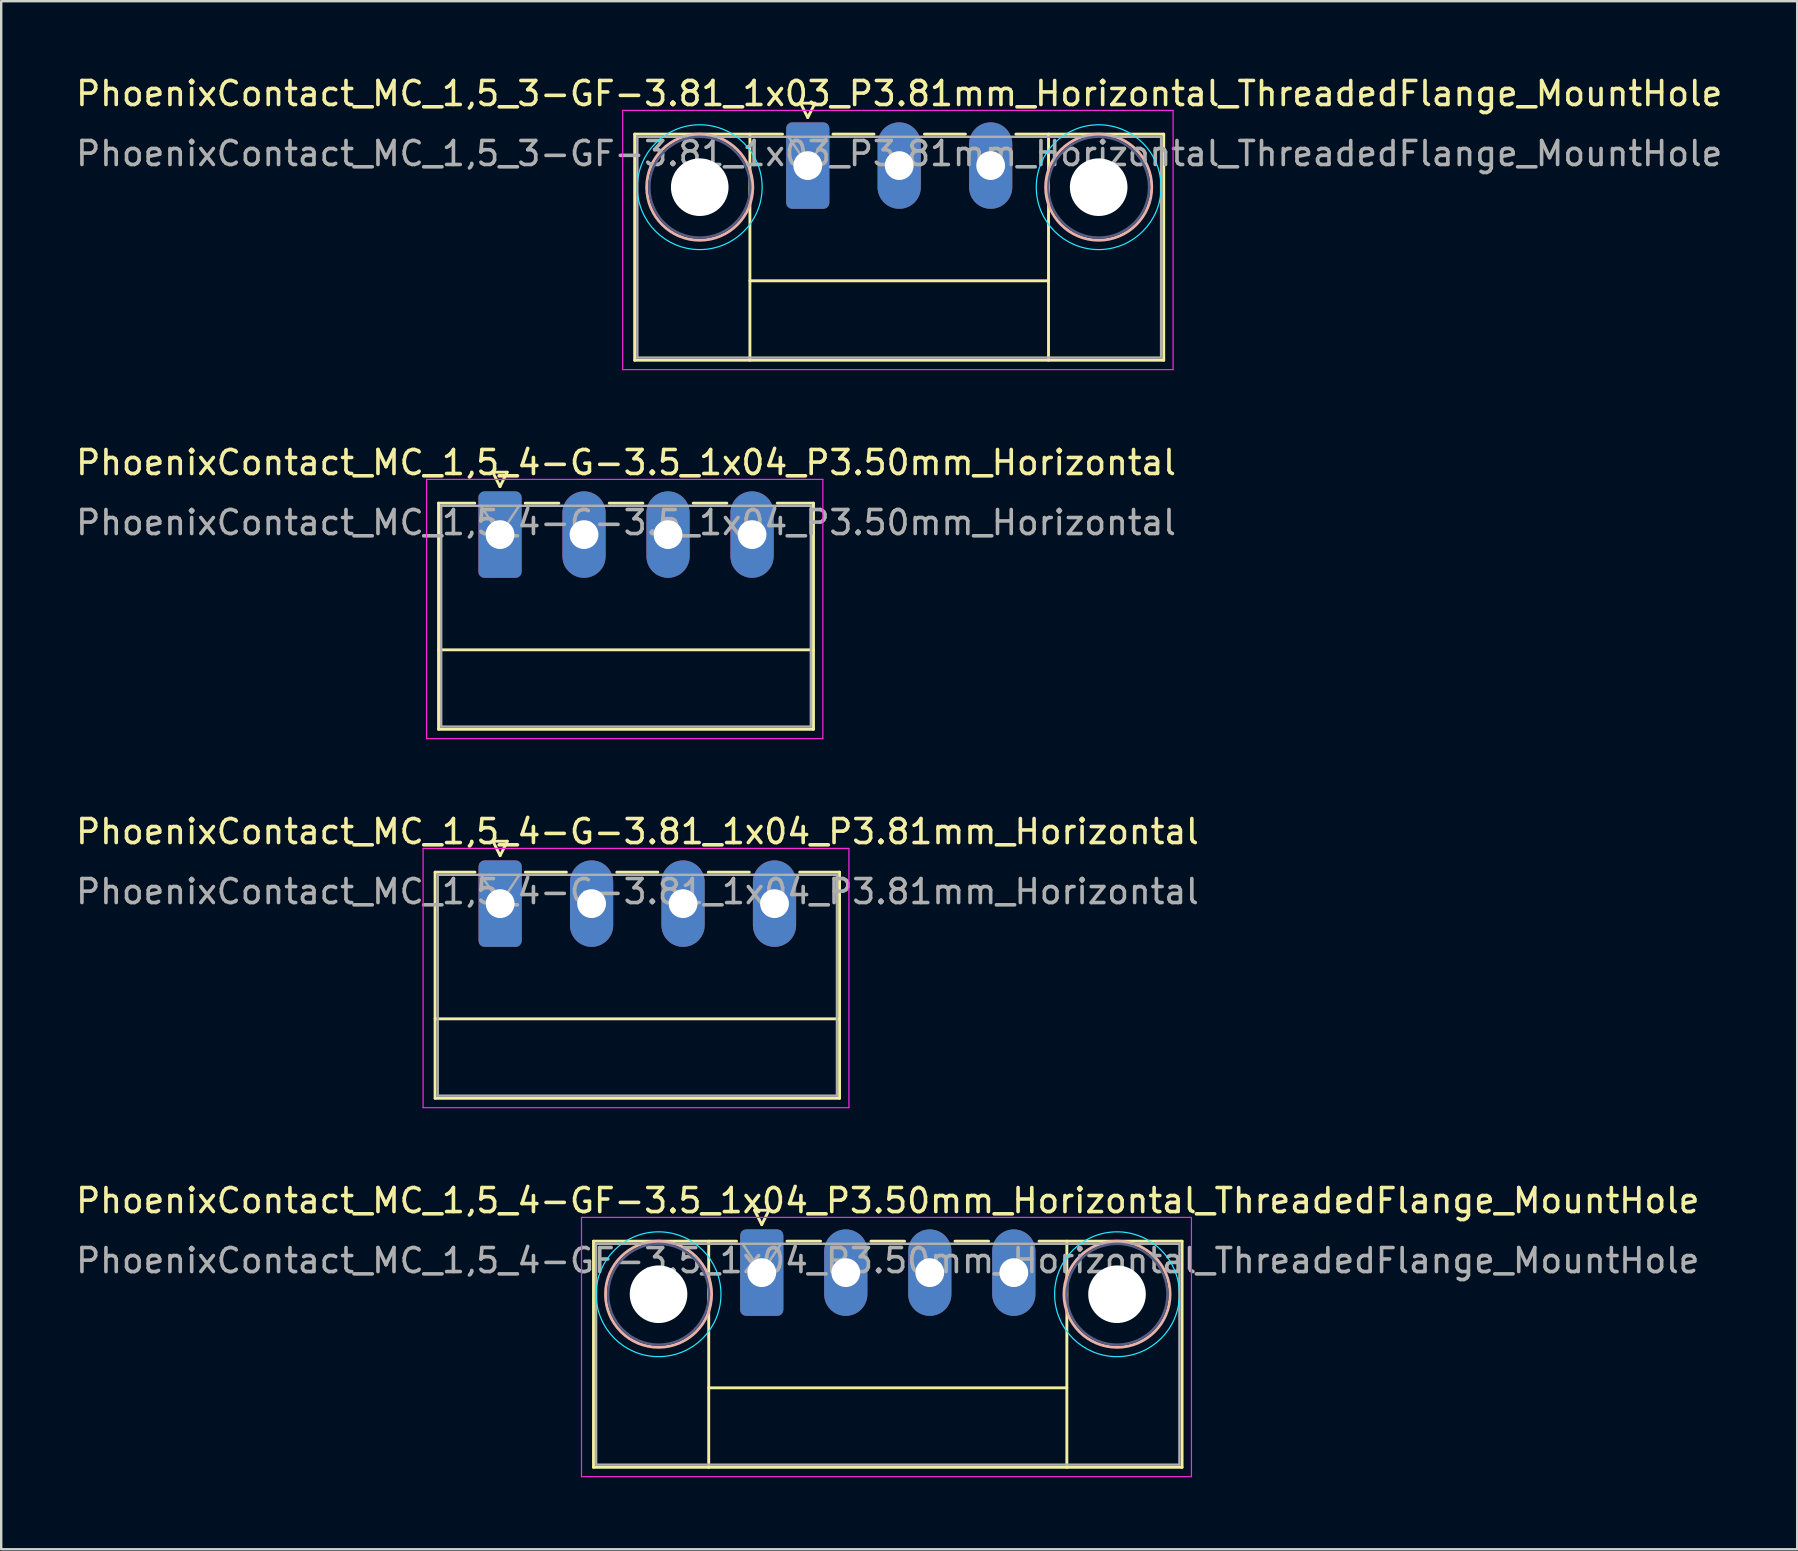
<source format=kicad_pcb>
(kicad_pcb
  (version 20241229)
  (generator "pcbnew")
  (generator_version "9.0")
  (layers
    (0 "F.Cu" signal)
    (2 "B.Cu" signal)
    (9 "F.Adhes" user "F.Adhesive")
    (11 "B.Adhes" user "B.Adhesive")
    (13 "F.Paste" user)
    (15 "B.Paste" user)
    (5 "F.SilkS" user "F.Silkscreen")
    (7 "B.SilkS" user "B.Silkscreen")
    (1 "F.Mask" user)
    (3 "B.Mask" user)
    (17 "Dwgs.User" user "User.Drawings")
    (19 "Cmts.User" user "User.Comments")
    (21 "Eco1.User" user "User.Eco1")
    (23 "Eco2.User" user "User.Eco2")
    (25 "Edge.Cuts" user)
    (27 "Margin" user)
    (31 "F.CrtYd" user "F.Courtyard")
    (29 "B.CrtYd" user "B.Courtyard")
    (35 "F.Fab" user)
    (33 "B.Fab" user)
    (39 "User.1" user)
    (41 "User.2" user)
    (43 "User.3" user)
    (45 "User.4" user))
  (footprint "PhoenixContact_MC_1,5_3-GF-3.81_1x03_P3.81mm_Horizontal_ThreadedFlange_MountHole"
    (layer "F.Cu")
    (at 30.601 3.848)
    (property "Reference" "PhoenixContact_MC_1,5_3-GF-3.81_1x03_P3.81mm_Horizontal_ThreadedFlange_MountHole" (at 3.81 -3 0) (layer "F.SilkS") (effects (font (size 1 1) (thickness 0.15))))
    (attr through_hole)
    (fp_line (start -7.21 -1.31) (end -7.21 8.11) (stroke (width 0.12) (type solid)) (layer "F.SilkS"))
    (fp_line (start -7.21 -1.31) (end -1.05 -1.31) (stroke (width 0.12) (type solid)) (layer "F.SilkS"))
    (fp_line (start -7.21 8.11) (end 14.83 8.11) (stroke (width 0.12) (type solid)) (layer "F.SilkS"))
    (fp_line (start -2.41 -1.31) (end -2.41 8.11) (stroke (width 0.12) (type solid)) (layer "F.SilkS"))
    (fp_line (start -2.41 4.8) (end 10.03 4.8) (stroke (width 0.12) (type solid)) (layer "F.SilkS"))
    (fp_line (start -0.3 -2.6) (end 0.3 -2.6) (stroke (width 0.12) (type solid)) (layer "F.SilkS"))
    (fp_line (start 0 -2) (end -0.3 -2.6) (stroke (width 0.12) (type solid)) (layer "F.SilkS"))
    (fp_line (start 0.3 -2.6) (end 0 -2) (stroke (width 0.12) (type solid)) (layer "F.SilkS"))
    (fp_line (start 1.05 -1.31) (end 2.76 -1.31) (stroke (width 0.12) (type solid)) (layer "F.SilkS"))
    (fp_line (start 4.86 -1.31) (end 6.57 -1.31) (stroke (width 0.12) (type solid)) (layer "F.SilkS"))
    (fp_line (start 10.03 -1.31) (end 10.03 8.11) (stroke (width 0.12) (type solid)) (layer "F.SilkS"))
    (fp_line (start 14.83 -1.31) (end 8.67 -1.31) (stroke (width 0.12) (type solid)) (layer "F.SilkS"))
    (fp_line (start 14.83 8.11) (end 14.83 -1.31) (stroke (width 0.12) (type solid)) (layer "F.SilkS"))
    (fp_circle (center -4.5 0.9) (end -2.29 0.9) (stroke (width 0.12) (type solid)) (fill no) (layer "B.SilkS"))
    (fp_circle (center 12.12 0.9) (end 14.33 0.9) (stroke (width 0.12) (type solid)) (fill no) (layer "B.SilkS"))
    (fp_circle (center -4.5 0.9) (end -1.9 0.9) (stroke (width 0.05) (type solid)) (fill no) (layer "B.CrtYd"))
    (fp_circle (center 12.12 0.9) (end 14.72 0.9) (stroke (width 0.05) (type solid)) (fill no) (layer "B.CrtYd"))
    (fp_line (start -7.71 -2.3) (end -7.71 8.5) (stroke (width 0.05) (type solid)) (layer "F.CrtYd"))
    (fp_line (start -7.71 8.5) (end 15.22 8.5) (stroke (width 0.05) (type solid)) (layer "F.CrtYd"))
    (fp_line (start 15.22 -2.3) (end -7.71 -2.3) (stroke (width 0.05) (type solid)) (layer "F.CrtYd"))
    (fp_line (start 15.22 8.5) (end 15.22 -2.3) (stroke (width 0.05) (type solid)) (layer "F.CrtYd"))
    (fp_circle (center -4.5 0.9) (end -2.4 0.9) (stroke (width 0.1) (type solid)) (fill no) (layer "B.Fab"))
    (fp_circle (center 12.12 0.9) (end 14.22 0.9) (stroke (width 0.1) (type solid)) (fill no) (layer "B.Fab"))
    (fp_line (start -7.1 -1.2) (end -7.1 8) (stroke (width 0.1) (type solid)) (layer "F.Fab"))
    (fp_line (start -7.1 8) (end 14.72 8) (stroke (width 0.1) (type solid)) (layer "F.Fab"))
    (fp_line (start 0 0) (end -0.8 -1.2) (stroke (width 0.1) (type solid)) (layer "F.Fab"))
    (fp_line (start 0.8 -1.2) (end 0 0) (stroke (width 0.1) (type solid)) (layer "F.Fab"))
    (fp_line (start 14.72 -1.2) (end -7.1 -1.2) (stroke (width 0.1) (type solid)) (layer "F.Fab"))
    (fp_line (start 14.72 8) (end 14.72 -1.2) (stroke (width 0.1) (type solid)) (layer "F.Fab"))
    (fp_text user "${REFERENCE}" (at 3.81 -0.5 0) (layer "F.Fab") (effects (font (size 1 1) (thickness 0.15))))
    (pad "" np_thru_hole circle (at -4.5 0.9) (size 2.4 2.4) (drill 2.4) (layers "*.Cu" "*.Mask"))
    (pad "" np_thru_hole circle (at 12.12 0.9) (size 2.4 2.4) (drill 2.4) (layers "*.Cu" "*.Mask"))
    (pad "1" thru_hole roundrect (at 0 0) (size 1.8 3.6) (drill 1.2) (layers "*.Cu" "*.Mask") (roundrect_rratio 0.139))
    (pad "2" thru_hole oval (at 3.81 0) (size 1.8 3.6) (drill 1.2) (layers "*.Cu" "*.Mask"))
    (pad "3" thru_hole oval (at 7.62 0) (size 1.8 3.6) (drill 1.2) (layers "*.Cu" "*.Mask")))
  (footprint "PhoenixContact_MC_1,5_4-G-3.81_1x04_P3.81mm_Horizontal"
    (layer "F.Cu")
    (at 17.786 34.595)
    (property "Reference" "PhoenixContact_MC_1,5_4-G-3.81_1x04_P3.81mm_Horizontal" (at 5.72 -3 0) (layer "F.SilkS") (effects (font (size 1 1) (thickness 0.15))))
    (attr through_hole)
    (fp_line (start -2.71 -1.31) (end -2.71 8.11) (stroke (width 0.12) (type solid)) (layer "F.SilkS"))
    (fp_line (start -2.71 -1.31) (end -1.05 -1.31) (stroke (width 0.12) (type solid)) (layer "F.SilkS"))
    (fp_line (start -2.71 4.8) (end 14.14 4.8) (stroke (width 0.12) (type solid)) (layer "F.SilkS"))
    (fp_line (start -2.71 8.11) (end 14.14 8.11) (stroke (width 0.12) (type solid)) (layer "F.SilkS"))
    (fp_line (start -0.3 -2.6) (end 0.3 -2.6) (stroke (width 0.12) (type solid)) (layer "F.SilkS"))
    (fp_line (start 0 -2) (end -0.3 -2.6) (stroke (width 0.12) (type solid)) (layer "F.SilkS"))
    (fp_line (start 0.3 -2.6) (end 0 -2) (stroke (width 0.12) (type solid)) (layer "F.SilkS"))
    (fp_line (start 1.05 -1.31) (end 2.76 -1.31) (stroke (width 0.12) (type solid)) (layer "F.SilkS"))
    (fp_line (start 4.86 -1.31) (end 6.57 -1.31) (stroke (width 0.12) (type solid)) (layer "F.SilkS"))
    (fp_line (start 8.67 -1.31) (end 10.38 -1.31) (stroke (width 0.12) (type solid)) (layer "F.SilkS"))
    (fp_line (start 14.14 -1.31) (end 12.48 -1.31) (stroke (width 0.12) (type solid)) (layer "F.SilkS"))
    (fp_line (start 14.14 8.11) (end 14.14 -1.31) (stroke (width 0.12) (type solid)) (layer "F.SilkS"))
    (fp_line (start -3.21 -2.3) (end -3.21 8.5) (stroke (width 0.05) (type solid)) (layer "F.CrtYd"))
    (fp_line (start -3.21 8.5) (end 14.53 8.5) (stroke (width 0.05) (type solid)) (layer "F.CrtYd"))
    (fp_line (start 14.53 -2.3) (end -3.21 -2.3) (stroke (width 0.05) (type solid)) (layer "F.CrtYd"))
    (fp_line (start 14.53 8.5) (end 14.53 -2.3) (stroke (width 0.05) (type solid)) (layer "F.CrtYd"))
    (fp_line (start -2.6 -1.2) (end -2.6 8) (stroke (width 0.1) (type solid)) (layer "F.Fab"))
    (fp_line (start -2.6 8) (end 14.03 8) (stroke (width 0.1) (type solid)) (layer "F.Fab"))
    (fp_line (start 0 0) (end -0.8 -1.2) (stroke (width 0.1) (type solid)) (layer "F.Fab"))
    (fp_line (start 0.8 -1.2) (end 0 0) (stroke (width 0.1) (type solid)) (layer "F.Fab"))
    (fp_line (start 14.03 -1.2) (end -2.6 -1.2) (stroke (width 0.1) (type solid)) (layer "F.Fab"))
    (fp_line (start 14.03 8) (end 14.03 -1.2) (stroke (width 0.1) (type solid)) (layer "F.Fab"))
    (fp_text user "${REFERENCE}" (at 5.72 -0.5 0) (layer "F.Fab") (effects (font (size 1 1) (thickness 0.15))))
    (pad "1" thru_hole roundrect (at 0 0) (size 1.8 3.6) (drill 1.2) (layers "*.Cu" "*.Mask") (roundrect_rratio 0.139))
    (pad "2" thru_hole oval (at 3.81 0) (size 1.8 3.6) (drill 1.2) (layers "*.Cu" "*.Mask"))
    (pad "3" thru_hole oval (at 7.62 0) (size 1.8 3.6) (drill 1.2) (layers "*.Cu" "*.Mask"))
    (pad "4" thru_hole oval (at 11.43 0) (size 1.8 3.6) (drill 1.2) (layers "*.Cu" "*.Mask")))
  (footprint "PhoenixContact_MC_1,5_4-GF-3.5_1x04_P3.50mm_Horizontal_ThreadedFlange_MountHole"
    (layer "F.Cu")
    (at 28.685 49.968)
    (property "Reference" "PhoenixContact_MC_1,5_4-GF-3.5_1x04_P3.50mm_Horizontal_ThreadedFlange_MountHole" (at 5.25 -3 0) (layer "F.SilkS") (effects (font (size 1 1) (thickness 0.15))))
    (attr through_hole)
    (fp_line (start -7.01 -1.31) (end -7.01 8.11) (stroke (width 0.12) (type solid)) (layer "F.SilkS"))
    (fp_line (start -7.01 -1.31) (end -1.05 -1.31) (stroke (width 0.12) (type solid)) (layer "F.SilkS"))
    (fp_line (start -7.01 8.11) (end 17.51 8.11) (stroke (width 0.12) (type solid)) (layer "F.SilkS"))
    (fp_line (start -2.21 -1.31) (end -2.21 8.11) (stroke (width 0.12) (type solid)) (layer "F.SilkS"))
    (fp_line (start -2.21 4.8) (end 12.71 4.8) (stroke (width 0.12) (type solid)) (layer "F.SilkS"))
    (fp_line (start -0.3 -2.6) (end 0.3 -2.6) (stroke (width 0.12) (type solid)) (layer "F.SilkS"))
    (fp_line (start 0 -2) (end -0.3 -2.6) (stroke (width 0.12) (type solid)) (layer "F.SilkS"))
    (fp_line (start 0.3 -2.6) (end 0 -2) (stroke (width 0.12) (type solid)) (layer "F.SilkS"))
    (fp_line (start 1.05 -1.31) (end 2.45 -1.31) (stroke (width 0.12) (type solid)) (layer "F.SilkS"))
    (fp_line (start 4.55 -1.31) (end 5.95 -1.31) (stroke (width 0.12) (type solid)) (layer "F.SilkS"))
    (fp_line (start 8.05 -1.31) (end 9.45 -1.31) (stroke (width 0.12) (type solid)) (layer "F.SilkS"))
    (fp_line (start 12.71 -1.31) (end 12.71 8.11) (stroke (width 0.12) (type solid)) (layer "F.SilkS"))
    (fp_line (start 17.51 -1.31) (end 11.55 -1.31) (stroke (width 0.12) (type solid)) (layer "F.SilkS"))
    (fp_line (start 17.51 8.11) (end 17.51 -1.31) (stroke (width 0.12) (type solid)) (layer "F.SilkS"))
    (fp_circle (center -4.3 0.9) (end -2.09 0.9) (stroke (width 0.12) (type solid)) (fill no) (layer "B.SilkS"))
    (fp_circle (center 14.8 0.9) (end 17.01 0.9) (stroke (width 0.12) (type solid)) (fill no) (layer "B.SilkS"))
    (fp_circle (center -4.3 0.9) (end -1.7 0.9) (stroke (width 0.05) (type solid)) (fill no) (layer "B.CrtYd"))
    (fp_circle (center 14.8 0.9) (end 17.4 0.9) (stroke (width 0.05) (type solid)) (fill no) (layer "B.CrtYd"))
    (fp_line (start -7.51 -2.3) (end -7.51 8.5) (stroke (width 0.05) (type solid)) (layer "F.CrtYd"))
    (fp_line (start -7.51 8.5) (end 17.9 8.5) (stroke (width 0.05) (type solid)) (layer "F.CrtYd"))
    (fp_line (start 17.9 -2.3) (end -7.51 -2.3) (stroke (width 0.05) (type solid)) (layer "F.CrtYd"))
    (fp_line (start 17.9 8.5) (end 17.9 -2.3) (stroke (width 0.05) (type solid)) (layer "F.CrtYd"))
    (fp_circle (center -4.3 0.9) (end -2.2 0.9) (stroke (width 0.1) (type solid)) (fill no) (layer "B.Fab"))
    (fp_circle (center 14.8 0.9) (end 16.9 0.9) (stroke (width 0.1) (type solid)) (fill no) (layer "B.Fab"))
    (fp_line (start -6.9 -1.2) (end -6.9 8) (stroke (width 0.1) (type solid)) (layer "F.Fab"))
    (fp_line (start -6.9 8) (end 17.4 8) (stroke (width 0.1) (type solid)) (layer "F.Fab"))
    (fp_line (start 0 0) (end -0.8 -1.2) (stroke (width 0.1) (type solid)) (layer "F.Fab"))
    (fp_line (start 0.8 -1.2) (end 0 0) (stroke (width 0.1) (type solid)) (layer "F.Fab"))
    (fp_line (start 17.4 -1.2) (end -6.9 -1.2) (stroke (width 0.1) (type solid)) (layer "F.Fab"))
    (fp_line (start 17.4 8) (end 17.4 -1.2) (stroke (width 0.1) (type solid)) (layer "F.Fab"))
    (fp_text user "${REFERENCE}" (at 5.25 -0.5 0) (layer "F.Fab") (effects (font (size 1 1) (thickness 0.15))))
    (pad "" np_thru_hole circle (at -4.3 0.9) (size 2.4 2.4) (drill 2.4) (layers "*.Cu" "*.Mask"))
    (pad "" np_thru_hole circle (at 14.8 0.9) (size 2.4 2.4) (drill 2.4) (layers "*.Cu" "*.Mask"))
    (pad "1" thru_hole roundrect (at 0 0) (size 1.8 3.6) (drill 1.2) (layers "*.Cu" "*.Mask") (roundrect_rratio 0.139))
    (pad "2" thru_hole oval (at 3.5 0) (size 1.8 3.6) (drill 1.2) (layers "*.Cu" "*.Mask"))
    (pad "3" thru_hole oval (at 7 0) (size 1.8 3.6) (drill 1.2) (layers "*.Cu" "*.Mask"))
    (pad "4" thru_hole oval (at 10.5 0) (size 1.8 3.6) (drill 1.2) (layers "*.Cu" "*.Mask")))
  (footprint "PhoenixContact_MC_1,5_4-G-3.5_1x04_P3.50mm_Horizontal"
    (layer "F.Cu")
    (at 17.78 19.221)
    (property "Reference" "PhoenixContact_MC_1,5_4-G-3.5_1x04_P3.50mm_Horizontal" (at 5.25 -3 0) (layer "F.SilkS") (effects (font (size 1 1) (thickness 0.15))))
    (attr through_hole)
    (fp_line (start -2.56 -1.31) (end -2.56 8.11) (stroke (width 0.12) (type solid)) (layer "F.SilkS"))
    (fp_line (start -2.56 -1.31) (end -1.05 -1.31) (stroke (width 0.12) (type solid)) (layer "F.SilkS"))
    (fp_line (start -2.56 4.8) (end 13.06 4.8) (stroke (width 0.12) (type solid)) (layer "F.SilkS"))
    (fp_line (start -2.56 8.11) (end 13.06 8.11) (stroke (width 0.12) (type solid)) (layer "F.SilkS"))
    (fp_line (start -0.3 -2.6) (end 0.3 -2.6) (stroke (width 0.12) (type solid)) (layer "F.SilkS"))
    (fp_line (start 0 -2) (end -0.3 -2.6) (stroke (width 0.12) (type solid)) (layer "F.SilkS"))
    (fp_line (start 0.3 -2.6) (end 0 -2) (stroke (width 0.12) (type solid)) (layer "F.SilkS"))
    (fp_line (start 1.05 -1.31) (end 2.45 -1.31) (stroke (width 0.12) (type solid)) (layer "F.SilkS"))
    (fp_line (start 4.55 -1.31) (end 5.95 -1.31) (stroke (width 0.12) (type solid)) (layer "F.SilkS"))
    (fp_line (start 8.05 -1.31) (end 9.45 -1.31) (stroke (width 0.12) (type solid)) (layer "F.SilkS"))
    (fp_line (start 13.06 -1.31) (end 11.55 -1.31) (stroke (width 0.12) (type solid)) (layer "F.SilkS"))
    (fp_line (start 13.06 8.11) (end 13.06 -1.31) (stroke (width 0.12) (type solid)) (layer "F.SilkS"))
    (fp_line (start -3.06 -2.3) (end -3.06 8.5) (stroke (width 0.05) (type solid)) (layer "F.CrtYd"))
    (fp_line (start -3.06 8.5) (end 13.45 8.5) (stroke (width 0.05) (type solid)) (layer "F.CrtYd"))
    (fp_line (start 13.45 -2.3) (end -3.06 -2.3) (stroke (width 0.05) (type solid)) (layer "F.CrtYd"))
    (fp_line (start 13.45 8.5) (end 13.45 -2.3) (stroke (width 0.05) (type solid)) (layer "F.CrtYd"))
    (fp_line (start -2.45 -1.2) (end -2.45 8) (stroke (width 0.1) (type solid)) (layer "F.Fab"))
    (fp_line (start -2.45 8) (end 12.95 8) (stroke (width 0.1) (type solid)) (layer "F.Fab"))
    (fp_line (start 0 0) (end -0.8 -1.2) (stroke (width 0.1) (type solid)) (layer "F.Fab"))
    (fp_line (start 0.8 -1.2) (end 0 0) (stroke (width 0.1) (type solid)) (layer "F.Fab"))
    (fp_line (start 12.95 -1.2) (end -2.45 -1.2) (stroke (width 0.1) (type solid)) (layer "F.Fab"))
    (fp_line (start 12.95 8) (end 12.95 -1.2) (stroke (width 0.1) (type solid)) (layer "F.Fab"))
    (fp_text user "${REFERENCE}" (at 5.25 -0.5 0) (layer "F.Fab") (effects (font (size 1 1) (thickness 0.15))))
    (pad "1" thru_hole roundrect (at 0 0) (size 1.8 3.6) (drill 1.2) (layers "*.Cu" "*.Mask") (roundrect_rratio 0.139))
    (pad "2" thru_hole oval (at 3.5 0) (size 1.8 3.6) (drill 1.2) (layers "*.Cu" "*.Mask"))
    (pad "3" thru_hole oval (at 7 0) (size 1.8 3.6) (drill 1.2) (layers "*.Cu" "*.Mask"))
    (pad "4" thru_hole oval (at 10.5 0) (size 1.8 3.6) (drill 1.2) (layers "*.Cu" "*.Mask")))
  (gr_rect
    (start -3 -3)
    (end 71.821 61.493)
    (stroke (width 0.1) (type default))
    (fill no)
    (layer "Edge.Cuts")))
</source>
